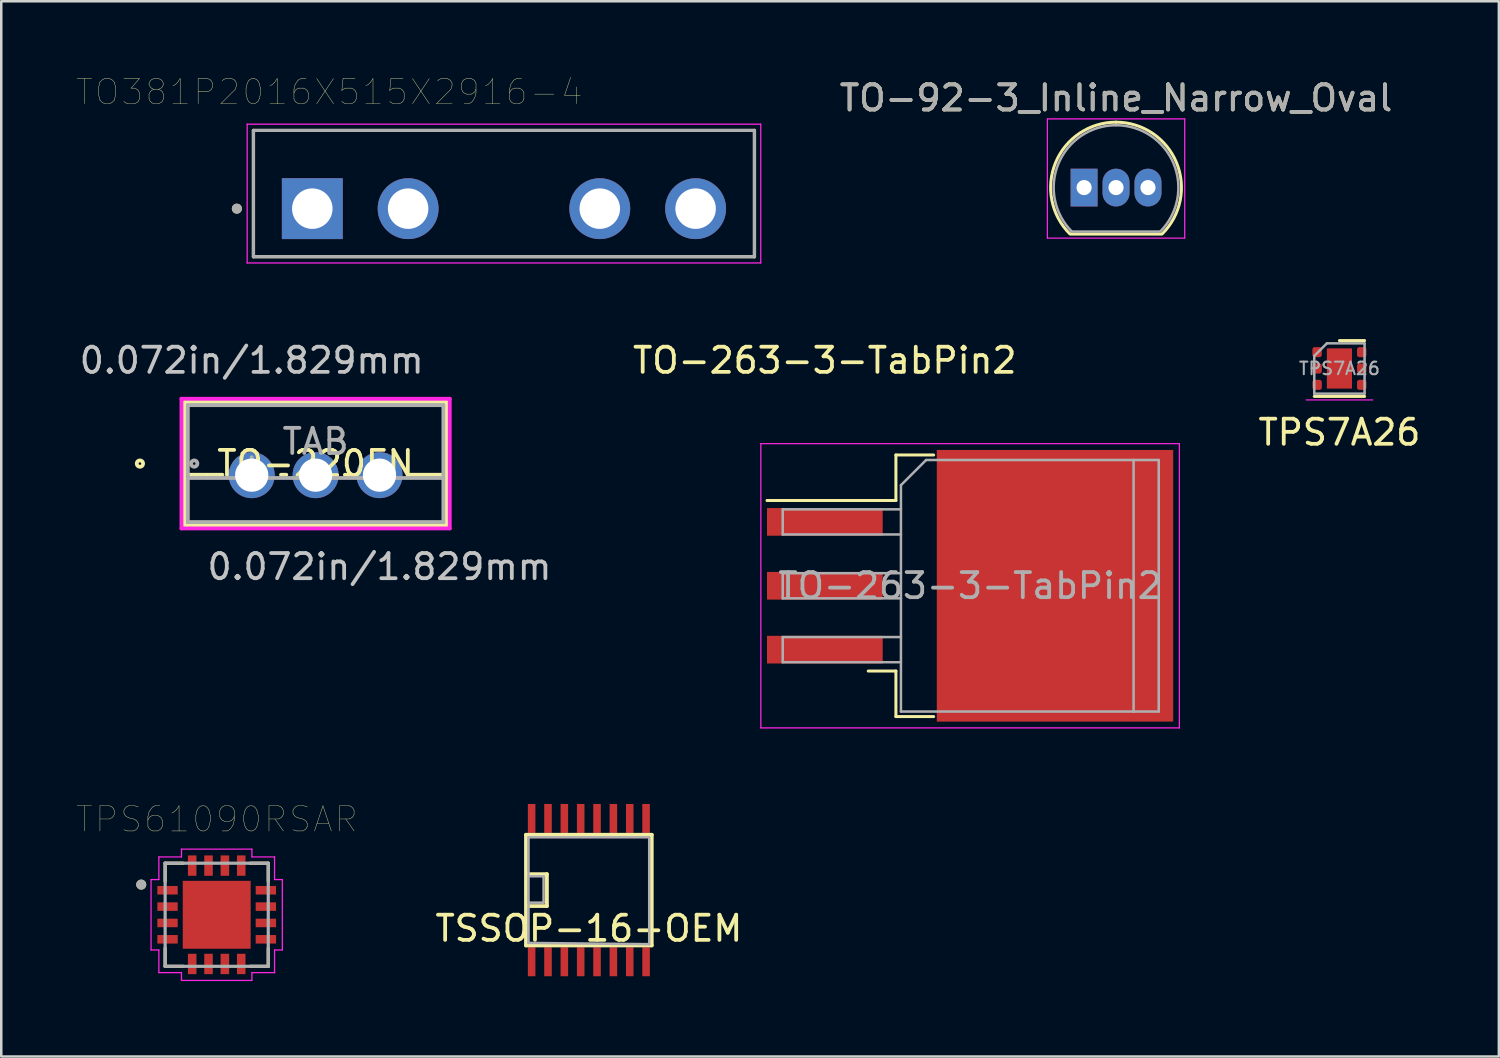
<source format=kicad_pcb>
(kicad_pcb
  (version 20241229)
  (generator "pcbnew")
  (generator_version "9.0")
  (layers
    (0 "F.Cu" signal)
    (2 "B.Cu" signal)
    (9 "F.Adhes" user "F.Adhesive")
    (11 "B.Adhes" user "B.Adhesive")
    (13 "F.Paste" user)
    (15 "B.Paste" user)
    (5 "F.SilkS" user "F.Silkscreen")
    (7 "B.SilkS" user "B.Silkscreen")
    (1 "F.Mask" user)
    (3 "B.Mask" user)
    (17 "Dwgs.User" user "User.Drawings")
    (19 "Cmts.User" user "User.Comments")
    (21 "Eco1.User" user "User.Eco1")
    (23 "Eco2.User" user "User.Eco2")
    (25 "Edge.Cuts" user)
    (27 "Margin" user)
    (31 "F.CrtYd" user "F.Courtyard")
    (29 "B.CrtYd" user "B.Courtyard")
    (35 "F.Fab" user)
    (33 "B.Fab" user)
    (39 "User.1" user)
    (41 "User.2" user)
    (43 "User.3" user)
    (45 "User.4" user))
  (footprint "TO-92-3_Inline_Narrow_Oval"
    (layer "F.Cu")
    (at 40.053 4.408)
    (property "Reference" "TO-92-3_Inline_Narrow_Oval" (at 1.27 -3.56 0) (layer "F.SilkS") (effects (font (size 1 1) (thickness 0.15))))
    (attr through_hole)
    (fp_line (start -0.53 1.85) (end 3.07 1.85) (stroke (width 0.12) (type solid)) (layer "F.SilkS"))
    (fp_arc (start -0.568478 1.838478) (mid -1.132087 -0.994977) (end 1.27 -2.6) (stroke (width 0.12) (type solid)) (layer "F.SilkS"))
    (fp_arc (start 1.27 -2.6) (mid 3.672087 -0.994977) (end 3.108478 1.838478) (stroke (width 0.12) (type solid)) (layer "F.SilkS"))
    (fp_line (start -1.46 -2.73) (end -1.46 2.01) (stroke (width 0.05) (type solid)) (layer "F.CrtYd"))
    (fp_line (start -1.46 -2.73) (end 4 -2.73) (stroke (width 0.05) (type solid)) (layer "F.CrtYd"))
    (fp_line (start 4 2.01) (end -1.46 2.01) (stroke (width 0.05) (type solid)) (layer "F.CrtYd"))
    (fp_line (start 4 2.01) (end 4 -2.73) (stroke (width 0.05) (type solid)) (layer "F.CrtYd"))
    (fp_line (start -0.5 1.75) (end 3 1.75) (stroke (width 0.1) (type solid)) (layer "F.Fab"))
    (fp_arc (start -0.483625 1.753625) (mid -1.021221 -0.949055) (end 1.27 -2.48) (stroke (width 0.1) (type solid)) (layer "F.Fab"))
    (fp_arc (start 1.27 -2.48) (mid 3.561221 -0.949055) (end 3.023625 1.753625) (stroke (width 0.1) (type solid)) (layer "F.Fab"))
    (fp_text user "${REFERENCE}" (at 1.27 -3.56 0) (layer "F.Fab") (effects (font (size 1 1) (thickness 0.15))))
    (pad "1" thru_hole rect (at 0 0 180) (size 1.07 1.5) (drill 0.6) (layers "*.Cu" "*.Mask"))
    (pad "2" thru_hole oval (at 1.27 0 180) (size 1.07 1.5) (drill 0.6) (layers "*.Cu" "*.Mask"))
    (pad "3" thru_hole oval (at 2.54 0 180) (size 1.07 1.5) (drill 0.6) (layers "*.Cu" "*.Mask")))
  (footprint "TPS61090RSAR"
    (layer "F.Cu")
    (at 5.566 33.321)
    (property "Reference" "TPS61090RSAR" (at 0.005 -3.795 0) (layer "F.SilkS") (effects (font (size 1.001 1.001) (thickness 0.015))))
    (attr through_hole)
    (fp_line (start -2.05 -2.05) (end -2.05 -1.33) (stroke (width 0.127) (type solid)) (layer "F.SilkS"))
    (fp_line (start -2.05 1.33) (end -2.05 2.05) (stroke (width 0.127) (type solid)) (layer "F.SilkS"))
    (fp_line (start -2.05 2.05) (end -1.33 2.05) (stroke (width 0.127) (type solid)) (layer "F.SilkS"))
    (fp_line (start -1.33 -2.05) (end -2.05 -2.05) (stroke (width 0.127) (type solid)) (layer "F.SilkS"))
    (fp_line (start 1.33 2.05) (end 2.05 2.05) (stroke (width 0.127) (type solid)) (layer "F.SilkS"))
    (fp_line (start 2.05 -2.05) (end 1.33 -2.05) (stroke (width 0.127) (type solid)) (layer "F.SilkS"))
    (fp_line (start 2.05 -1.33) (end 2.05 -2.05) (stroke (width 0.127) (type solid)) (layer "F.SilkS"))
    (fp_line (start 2.05 2.05) (end 2.05 1.33) (stroke (width 0.127) (type solid)) (layer "F.SilkS"))
    (fp_circle (center -3 -1.2) (end -2.9 -1.2) (stroke (width 0.2) (type solid)) (fill no) (layer "F.SilkS"))
    (fp_poly (pts (xy -0.853 -0.853) (xy 0.853 -0.853) (xy 0.853 0.853) (xy -0.853 0.853)) (stroke (width 0.01) (type solid)) (fill yes) (layer "F.Paste"))
    (fp_line (start -2.61 -1.4) (end -2.3 -1.4) (stroke (width 0.05) (type solid)) (layer "F.CrtYd"))
    (fp_line (start -2.61 1.4) (end -2.61 -1.4) (stroke (width 0.05) (type solid)) (layer "F.CrtYd"))
    (fp_line (start -2.3 -2.3) (end -1.4 -2.3) (stroke (width 0.05) (type solid)) (layer "F.CrtYd"))
    (fp_line (start -2.3 -1.4) (end -2.3 -2.3) (stroke (width 0.05) (type solid)) (layer "F.CrtYd"))
    (fp_line (start -2.3 1.4) (end -2.61 1.4) (stroke (width 0.05) (type solid)) (layer "F.CrtYd"))
    (fp_line (start -2.3 2.3) (end -2.3 1.4) (stroke (width 0.05) (type solid)) (layer "F.CrtYd"))
    (fp_line (start -1.4 -2.61) (end 1.4 -2.61) (stroke (width 0.05) (type solid)) (layer "F.CrtYd"))
    (fp_line (start -1.4 -2.3) (end -1.4 -2.61) (stroke (width 0.05) (type solid)) (layer "F.CrtYd"))
    (fp_line (start -1.4 2.3) (end -2.3 2.3) (stroke (width 0.05) (type solid)) (layer "F.CrtYd"))
    (fp_line (start -1.4 2.61) (end -1.4 2.3) (stroke (width 0.05) (type solid)) (layer "F.CrtYd"))
    (fp_line (start 1.4 -2.61) (end 1.4 -2.3) (stroke (width 0.05) (type solid)) (layer "F.CrtYd"))
    (fp_line (start 1.4 -2.3) (end 2.3 -2.3) (stroke (width 0.05) (type solid)) (layer "F.CrtYd"))
    (fp_line (start 1.4 2.3) (end 1.4 2.61) (stroke (width 0.05) (type solid)) (layer "F.CrtYd"))
    (fp_line (start 1.4 2.61) (end -1.4 2.61) (stroke (width 0.05) (type solid)) (layer "F.CrtYd"))
    (fp_line (start 2.3 -2.3) (end 2.3 -1.4) (stroke (width 0.05) (type solid)) (layer "F.CrtYd"))
    (fp_line (start 2.3 -1.4) (end 2.61 -1.4) (stroke (width 0.05) (type solid)) (layer "F.CrtYd"))
    (fp_line (start 2.3 1.4) (end 2.3 2.3) (stroke (width 0.05) (type solid)) (layer "F.CrtYd"))
    (fp_line (start 2.3 2.3) (end 1.4 2.3) (stroke (width 0.05) (type solid)) (layer "F.CrtYd"))
    (fp_line (start 2.61 -1.4) (end 2.61 1.4) (stroke (width 0.05) (type solid)) (layer "F.CrtYd"))
    (fp_line (start 2.61 1.4) (end 2.3 1.4) (stroke (width 0.05) (type solid)) (layer "F.CrtYd"))
    (fp_line (start -2.05 -2.05) (end -2.05 2.05) (stroke (width 0.127) (type solid)) (layer "F.Fab"))
    (fp_line (start -2.05 2.05) (end 2.05 2.05) (stroke (width 0.127) (type solid)) (layer "F.Fab"))
    (fp_line (start 2.05 -2.05) (end -2.05 -2.05) (stroke (width 0.127) (type solid)) (layer "F.Fab"))
    (fp_line (start 2.05 2.05) (end 2.05 -2.05) (stroke (width 0.127) (type solid)) (layer "F.Fab"))
    (fp_circle (center -3 -1.2) (end -2.9 -1.2) (stroke (width 0.2) (type solid)) (fill no) (layer "F.Fab"))
    (pad "1" smd rect (at -1.955 -0.975) (size 0.81 0.34) (layers "F.Cu" "F.Mask" "F.Paste"))
    (pad "2" smd rect (at -1.955 -0.325) (size 0.81 0.34) (layers "F.Cu" "F.Mask" "F.Paste"))
    (pad "3" smd rect (at -1.955 0.325) (size 0.81 0.34) (layers "F.Cu" "F.Mask" "F.Paste"))
    (pad "4" smd rect (at -1.955 0.975) (size 0.81 0.34) (layers "F.Cu" "F.Mask" "F.Paste"))
    (pad "5" smd rect (at -0.975 1.955) (size 0.34 0.81) (layers "F.Cu" "F.Mask" "F.Paste"))
    (pad "6" smd rect (at -0.325 1.955) (size 0.34 0.81) (layers "F.Cu" "F.Mask" "F.Paste"))
    (pad "7" smd rect (at 0.325 1.955) (size 0.34 0.81) (layers "F.Cu" "F.Mask" "F.Paste"))
    (pad "8" smd rect (at 0.975 1.955) (size 0.34 0.81) (layers "F.Cu" "F.Mask" "F.Paste"))
    (pad "9" smd rect (at 1.955 0.975) (size 0.81 0.34) (layers "F.Cu" "F.Mask" "F.Paste"))
    (pad "10" smd rect (at 1.955 0.325) (size 0.81 0.34) (layers "F.Cu" "F.Mask" "F.Paste"))
    (pad "11" smd rect (at 1.955 -0.325) (size 0.81 0.34) (layers "F.Cu" "F.Mask" "F.Paste"))
    (pad "12" smd rect (at 1.955 -0.975) (size 0.81 0.34) (layers "F.Cu" "F.Mask" "F.Paste"))
    (pad "13" smd rect (at 0.975 -1.955) (size 0.34 0.81) (layers "F.Cu" "F.Mask" "F.Paste"))
    (pad "14" smd rect (at 0.325 -1.955) (size 0.34 0.81) (layers "F.Cu" "F.Mask" "F.Paste"))
    (pad "15" smd rect (at -0.325 -1.955) (size 0.34 0.81) (layers "F.Cu" "F.Mask" "F.Paste"))
    (pad "16" smd rect (at -0.975 -1.955) (size 0.34 0.81) (layers "F.Cu" "F.Mask" "F.Paste"))
    (pad "17" smd rect (at 0 0) (size 2.7 2.7) (layers "F.Cu" "F.Mask")))
  (footprint "TSSOP-16-OEM"
    (layer "F.Cu")
    (at 20.363 32.34)
    (property "Reference" "TSSOP-16-OEM" (at 0 1.524 0) (layer "F.SilkS") (effects (font (size 1 1) (thickness 0.15))))
    (attr smd)
    (fp_line (start -2.5 2.2) (end -2.5 -2.2) (stroke (width 0.15) (type solid)) (layer "F.SilkS"))
    (fp_line (start -2.43 -0.635) (end -1.668 -0.635) (stroke (width 0.15) (type solid)) (layer "F.SilkS"))
    (fp_line (start -1.668 -0.635) (end -1.668 0.635) (stroke (width 0.15) (type solid)) (layer "F.SilkS"))
    (fp_line (start -1.668 0.635) (end -2.43 0.635) (stroke (width 0.15) (type solid)) (layer "F.SilkS"))
    (fp_line (start 2.5 -2.2) (end -2.5 -2.2) (stroke (width 0.15) (type solid)) (layer "F.SilkS"))
    (fp_line (start 2.5 2.2) (end -2.5 2.2) (stroke (width 0.15) (type solid)) (layer "F.SilkS"))
    (fp_line (start 2.5 2.2) (end 2.5 -2.2) (stroke (width 0.15) (type solid)) (layer "F.SilkS"))
    (fp_line (start -2.4 -2.1) (end 2.35 -2.1) (stroke (width 0.1) (type solid)) (layer "F.Fab"))
    (fp_line (start -2.4 2.1) (end -2.4 -2.1) (stroke (width 0.1) (type solid)) (layer "F.Fab"))
    (fp_line (start -2.35 -0.55) (end -1.8 -0.55) (stroke (width 0.1) (type solid)) (layer "F.Fab"))
    (fp_line (start -1.8 -0.55) (end -1.8 0.5) (stroke (width 0.1) (type solid)) (layer "F.Fab"))
    (fp_line (start -1.8 0.5) (end -2.4 0.5) (stroke (width 0.1) (type solid)) (layer "F.Fab"))
    (fp_line (start 2.4 -2.1) (end 2.4 2.15) (stroke (width 0.1) (type solid)) (layer "F.Fab"))
    (fp_line (start 2.4 2.15) (end -2.4 2.1) (stroke (width 0.1) (type solid)) (layer "F.Fab"))
    (pad "1" smd rect (at -2.275 2.85) (size 0.3 1.15) (layers "F.Cu" "F.Mask" "F.Paste"))
    (pad "2" smd rect (at -1.625 2.85) (size 0.3 1.15) (layers "F.Cu" "F.Mask" "F.Paste"))
    (pad "3" smd rect (at -0.975 2.85) (size 0.3 1.15) (layers "F.Cu" "F.Mask" "F.Paste"))
    (pad "4" smd rect (at -0.325 2.85) (size 0.3 1.15) (layers "F.Cu" "F.Mask" "F.Paste"))
    (pad "5" smd rect (at 0.325 2.85) (size 0.3 1.15) (layers "F.Cu" "F.Mask" "F.Paste"))
    (pad "6" smd rect (at 0.975 2.85) (size 0.3 1.15) (layers "F.Cu" "F.Mask" "F.Paste"))
    (pad "7" smd rect (at 1.625 2.85) (size 0.3 1.15) (layers "F.Cu" "F.Mask" "F.Paste"))
    (pad "8" smd rect (at 2.275 2.85) (size 0.3 1.15) (layers "F.Cu" "F.Mask" "F.Paste"))
    (pad "9" smd rect (at 2.275 -2.85) (size 0.3 1.15) (layers "F.Cu" "F.Mask" "F.Paste"))
    (pad "10" smd rect (at 1.625 -2.85) (size 0.3 1.15) (layers "F.Cu" "F.Mask" "F.Paste"))
    (pad "11" smd rect (at 0.975 -2.85) (size 0.3 1.15) (layers "F.Cu" "F.Mask" "F.Paste"))
    (pad "12" smd rect (at 0.325 -2.85) (size 0.3 1.15) (layers "F.Cu" "F.Mask" "F.Paste"))
    (pad "13" smd rect (at -0.325 -2.85) (size 0.3 1.15) (layers "F.Cu" "F.Mask" "F.Paste"))
    (pad "14" smd rect (at -0.975 -2.85) (size 0.3 1.15) (layers "F.Cu" "F.Mask" "F.Paste"))
    (pad "15" smd rect (at -1.625 -2.85) (size 0.3 1.15) (layers "F.Cu" "F.Mask" "F.Paste"))
    (pad "16" smd rect (at -2.275 -2.85) (size 0.3 1.15) (layers "F.Cu" "F.Mask" "F.Paste")))
  (footprint "TO381P2016X515X2916-4"
    (layer "F.Cu")
    (at 9.367 5.246)
    (property "Reference" "TO381P2016X515X2916-4" (at 0.675 -4.635 0) (layer "F.SilkS") (effects (font (size 1 1) (thickness 0.015))))
    (attr through_hole)
    (fp_line (start -2.34 -3.11) (end 17.58 -3.11) (stroke (width 0.127) (type solid)) (layer "F.SilkS"))
    (fp_line (start -2.34 1.91) (end -2.34 -3.11) (stroke (width 0.127) (type solid)) (layer "F.SilkS"))
    (fp_line (start 17.58 -3.11) (end 17.58 1.91) (stroke (width 0.127) (type solid)) (layer "F.SilkS"))
    (fp_line (start 17.58 1.91) (end -2.34 1.91) (stroke (width 0.127) (type solid)) (layer "F.SilkS"))
    (fp_circle (center -3 0) (end -2.9 0) (stroke (width 0.2) (type solid)) (fill no) (layer "F.SilkS"))
    (fp_line (start -2.59 -3.36) (end 17.83 -3.36) (stroke (width 0.05) (type solid)) (layer "F.CrtYd"))
    (fp_line (start -2.59 2.16) (end -2.59 -3.36) (stroke (width 0.05) (type solid)) (layer "F.CrtYd"))
    (fp_line (start 17.83 -3.36) (end 17.83 2.16) (stroke (width 0.05) (type solid)) (layer "F.CrtYd"))
    (fp_line (start 17.83 2.16) (end -2.59 2.16) (stroke (width 0.05) (type solid)) (layer "F.CrtYd"))
    (fp_line (start -2.34 -3.11) (end 17.58 -3.11) (stroke (width 0.127) (type solid)) (layer "F.Fab"))
    (fp_line (start -2.34 1.91) (end -2.34 -3.11) (stroke (width 0.127) (type solid)) (layer "F.Fab"))
    (fp_line (start 17.58 -3.11) (end 17.58 1.91) (stroke (width 0.127) (type solid)) (layer "F.Fab"))
    (fp_line (start 17.58 1.91) (end -2.34 1.91) (stroke (width 0.127) (type solid)) (layer "F.Fab"))
    (fp_circle (center -3 0) (end -2.9 0) (stroke (width 0.2) (type solid)) (fill no) (layer "F.Fab"))
    (pad "1" thru_hole rect (at 0 0) (size 2.42 2.42) (drill 1.61) (layers "*.Cu" "*.Mask"))
    (pad "2" thru_hole circle (at 3.81 0) (size 2.42 2.42) (drill 1.61) (layers "*.Cu" "*.Mask"))
    (pad "3" thru_hole circle (at 11.43 0) (size 2.42 2.42) (drill 1.61) (layers "*.Cu" "*.Mask"))
    (pad "4" thru_hole circle (at 15.24 0) (size 2.42 2.42) (drill 1.61) (layers "*.Cu" "*.Mask")))
  (footprint "TO-263-3-TabPin2"
    (layer "F.Cu")
    (at 37.361 18.4)
    (property "Reference" "TO-263-3-TabPin2" (at -7.62 -7.12 0) (layer "F.SilkS") (effects (font (size 1 1) (thickness 0.15))))
    (attr through_hole)
    (fp_line (start -4.79 -3.36) (end -4.79 -1.55) (stroke (width 0.12) (type solid)) (layer "F.SilkS"))
    (fp_line (start -4.79 -1.55) (end -9.915 -1.55) (stroke (width 0.12) (type solid)) (layer "F.SilkS"))
    (fp_line (start -4.79 5.23) (end -5.89 5.23) (stroke (width 0.12) (type solid)) (layer "F.SilkS"))
    (fp_line (start -4.79 7.04) (end -4.79 5.23) (stroke (width 0.12) (type solid)) (layer "F.SilkS"))
    (fp_line (start -3.29 -3.36) (end -4.79 -3.36) (stroke (width 0.12) (type solid)) (layer "F.SilkS"))
    (fp_line (start -3.29 7.04) (end -4.79 7.04) (stroke (width 0.12) (type solid)) (layer "F.SilkS"))
    (fp_line (start -10.16 -3.81) (end -10.16 7.49) (stroke (width 0.05) (type solid)) (layer "F.CrtYd"))
    (fp_line (start -10.16 7.49) (end 6.48 7.49) (stroke (width 0.05) (type solid)) (layer "F.CrtYd"))
    (fp_line (start 6.48 -3.81) (end -10.16 -3.81) (stroke (width 0.05) (type solid)) (layer "F.CrtYd"))
    (fp_line (start 6.48 7.49) (end 6.48 -3.81) (stroke (width 0.05) (type solid)) (layer "F.CrtYd"))
    (fp_line (start -9.29 -1.2) (end -9.29 -0.2) (stroke (width 0.1) (type solid)) (layer "F.Fab"))
    (fp_line (start -9.29 -0.2) (end -4.59 -0.2) (stroke (width 0.1) (type solid)) (layer "F.Fab"))
    (fp_line (start -9.29 1.34) (end -9.29 2.34) (stroke (width 0.1) (type solid)) (layer "F.Fab"))
    (fp_line (start -9.29 2.34) (end -4.59 2.34) (stroke (width 0.1) (type solid)) (layer "F.Fab"))
    (fp_line (start -9.29 3.88) (end -9.29 4.88) (stroke (width 0.1) (type solid)) (layer "F.Fab"))
    (fp_line (start -9.29 4.88) (end -4.59 4.88) (stroke (width 0.1) (type solid)) (layer "F.Fab"))
    (fp_line (start -4.59 -2.16) (end -3.59 -3.16) (stroke (width 0.1) (type solid)) (layer "F.Fab"))
    (fp_line (start -4.59 -1.2) (end -9.29 -1.2) (stroke (width 0.1) (type solid)) (layer "F.Fab"))
    (fp_line (start -4.59 1.34) (end -9.29 1.34) (stroke (width 0.1) (type solid)) (layer "F.Fab"))
    (fp_line (start -4.59 3.88) (end -9.29 3.88) (stroke (width 0.1) (type solid)) (layer "F.Fab"))
    (fp_line (start -4.59 6.84) (end -4.59 -2.16) (stroke (width 0.1) (type solid)) (layer "F.Fab"))
    (fp_line (start -3.59 -3.16) (end 4.66 -3.16) (stroke (width 0.1) (type solid)) (layer "F.Fab"))
    (fp_line (start 4.66 -3.16) (end 4.66 6.84) (stroke (width 0.1) (type solid)) (layer "F.Fab"))
    (fp_line (start 4.66 -3.16) (end 5.66 -3.16) (stroke (width 0.1) (type solid)) (layer "F.Fab"))
    (fp_line (start 4.66 6.84) (end -4.59 6.84) (stroke (width 0.1) (type solid)) (layer "F.Fab"))
    (fp_line (start 5.66 -3.16) (end 5.66 6.84) (stroke (width 0.1) (type solid)) (layer "F.Fab"))
    (fp_line (start 5.66 6.84) (end 4.66 6.84) (stroke (width 0.1) (type solid)) (layer "F.Fab"))
    (fp_text user "${REFERENCE}" (at -1.84 1.84 0) (layer "F.Fab") (effects (font (size 1 1) (thickness 0.15))))
    (pad "" smd rect (at -0.89 -0.935) (size 4.55 5.25) (layers "F.Paste"))
    (pad "" smd rect (at -0.89 4.615) (size 4.55 5.25) (layers "F.Paste"))
    (pad "" smd rect (at 3.96 -0.935) (size 4.55 5.25) (layers "F.Paste"))
    (pad "" smd rect (at 3.96 4.615) (size 4.55 5.25) (layers "F.Paste"))
    (pad "1" smd rect (at -7.615 -0.7) (size 4.6 1.1) (layers "F.Cu" "F.Mask" "F.Paste"))
    (pad "2" smd rect (at -7.615 1.84) (size 4.6 1.1) (layers "F.Cu" "F.Mask" "F.Paste"))
    (pad "2" smd rect (at 1.535 1.84) (size 9.4 10.8) (layers "F.Cu" "F.Mask"))
    (pad "3" smd rect (at -7.615 4.38) (size 4.6 1.1) (layers "F.Cu" "F.Mask" "F.Paste")))
  (footprint "TO-220FN"
    (layer "F.Cu")
    (at 6.958 15.842)
    (property "Reference" "TO-220FN" (at 2.54 -0.46 0) (layer "F.SilkS") (effects (font (size 1 1) (thickness 0.15))))
    (attr through_hole)
    (fp_line (start -2.667 -2.911) (end -2.667 1.991) (stroke (width 0.152) (type solid)) (layer "F.SilkS"))
    (fp_line (start -2.667 1.991) (end 7.747 1.991) (stroke (width 0.152) (type solid)) (layer "F.SilkS"))
    (fp_line (start -2.54 -0.015) (end -1.165 -0.015) (stroke (width 0.152) (type solid)) (layer "F.SilkS"))
    (fp_line (start 1.165 -0.015) (end 1.375 -0.015) (stroke (width 0.152) (type solid)) (layer "F.SilkS"))
    (fp_line (start 3.705 -0.015) (end 3.915 -0.015) (stroke (width 0.152) (type solid)) (layer "F.SilkS"))
    (fp_line (start 6.245 -0.015) (end 7.62 -0.015) (stroke (width 0.152) (type solid)) (layer "F.SilkS"))
    (fp_line (start 7.747 -2.911) (end -2.667 -2.911) (stroke (width 0.152) (type solid)) (layer "F.SilkS"))
    (fp_line (start 7.747 1.991) (end 7.747 -2.911) (stroke (width 0.152) (type solid)) (layer "F.SilkS"))
    (fp_circle (center -4.445 -0.46) (end -4.318 -0.46) (stroke (width 0.152) (type solid)) (fill no) (layer "F.SilkS"))
    (fp_line (start -2.794 -3.038) (end -2.794 2.118) (stroke (width 0.152) (type solid)) (layer "F.CrtYd"))
    (fp_line (start -2.794 2.118) (end 7.874 2.118) (stroke (width 0.152) (type solid)) (layer "F.CrtYd"))
    (fp_line (start 7.874 -3.038) (end -2.794 -3.038) (stroke (width 0.152) (type solid)) (layer "F.CrtYd"))
    (fp_line (start 7.874 2.118) (end 7.874 -3.038) (stroke (width 0.152) (type solid)) (layer "F.CrtYd"))
    (fp_line (start -2.54 -2.784) (end -2.54 1.864) (stroke (width 0.152) (type solid)) (layer "F.Fab"))
    (fp_line (start -2.54 0.112) (end 7.62 0.112) (stroke (width 0.152) (type solid)) (layer "F.Fab"))
    (fp_line (start -2.54 1.864) (end 7.62 1.864) (stroke (width 0.152) (type solid)) (layer "F.Fab"))
    (fp_line (start -0.254 -0.46) (end 0.254 -0.46) (stroke (width 0.152) (type solid)) (layer "F.Fab"))
    (fp_line (start 0 -0.206) (end 0 -0.714) (stroke (width 0.152) (type solid)) (layer "F.Fab"))
    (fp_line (start 7.62 -2.784) (end -2.54 -2.784) (stroke (width 0.152) (type solid)) (layer "F.Fab"))
    (fp_line (start 7.62 1.864) (end 7.62 -2.784) (stroke (width 0.152) (type solid)) (layer "F.Fab"))
    (fp_circle (center -2.286 -0.46) (end -2.159 -0.46) (stroke (width 0.152) (type solid)) (fill no) (layer "F.Fab"))
    (fp_text user "*" (at 0 0 0) (layer "F.SilkS") (effects (font (size 1 1) (thickness 0.15))))
    (fp_text user "0.072in/1.829mm" (at 0 -4.562 0) (layer "Dwgs.User") (effects (font (size 1 1) (thickness 0.15))))
    (fp_text user "0.072in/1.829mm" (at 5.08 3.642 0) (layer "Dwgs.User") (effects (font (size 1 1) (thickness 0.15))))
    (fp_text user "Copyright 2016 Accelerated Designs. All rights reserved." (at 0 0 0) (layer "Cmts.User") (effects (font (size 0.127 0.127) (thickness 0.002))))
    (fp_text user "TAB" (at 2.54 -1.336 0) (layer "F.Fab") (effects (font (size 1 1) (thickness 0.15))))
    (fp_text user "*" (at 0 0 0) (layer "F.Fab") (effects (font (size 1 1) (thickness 0.15))))
    (pad "1" thru_hole circle (at 0 0) (size 1.829 1.829) (drill 1.321) (layers "*.Cu" "*.Mask"))
    (pad "2" thru_hole circle (at 2.54 0) (size 1.829 1.829) (drill 1.321) (layers "*.Cu" "*.Mask"))
    (pad "3" thru_hole circle (at 5.08 0) (size 1.829 1.829) (drill 1.321) (layers "*.Cu" "*.Mask")))
  (footprint "TPS7A26"
    (layer "F.Cu")
    (at 50.205 14.141)
    (property "Reference" "TPS7A26" (at 0 0 0) (layer "F.SilkS") (effects (font (size 1 1) (thickness 0.15))))
    (attr through_hole)
    (fp_line (start -1 -1.43) (end 1 -1.43) (stroke (width 0.12) (type solid)) (layer "F.SilkS"))
    (fp_line (start 0 -3.65) (end 1 -3.65) (stroke (width 0.12) (type solid)) (layer "F.SilkS"))
    (fp_line (start -1.32 -1.29) (end 1.32 -1.29) (stroke (width 0.05) (type solid)) (layer "F.CrtYd"))
    (fp_line (start -1 -3.04) (end -0.5 -3.54) (stroke (width 0.1) (type solid)) (layer "F.Fab"))
    (fp_line (start -1 -1.54) (end -1 -3.04) (stroke (width 0.1) (type solid)) (layer "F.Fab"))
    (fp_line (start -0.5 -3.54) (end 1 -3.54) (stroke (width 0.1) (type solid)) (layer "F.Fab"))
    (fp_line (start 1 -3.54) (end 1 -1.54) (stroke (width 0.1) (type solid)) (layer "F.Fab"))
    (fp_line (start 1 -1.54) (end -1 -1.54) (stroke (width 0.1) (type solid)) (layer "F.Fab"))
    (fp_text user "${REFERENCE}" (at 0 -2.54 0) (layer "F.Fab") (effects (font (size 0.5 0.5) (thickness 0.08))))
    (pad "" smd roundrect (at 0 -2.94) (size 0.81 0.64) (layers "F.Paste") (roundrect_rratio 0.25))
    (pad "" smd roundrect (at 0 -2.14) (size 0.81 0.64) (layers "F.Paste") (roundrect_rratio 0.25))
    (pad "1" smd roundrect (at -0.887 -3.19) (size 0.375 0.4) (layers "F.Cu" "F.Mask" "F.Paste") (roundrect_rratio 0.25))
    (pad "2" smd roundrect (at -0.887 -2.54) (size 0.375 0.4) (layers "F.Cu" "F.Mask" "F.Paste") (roundrect_rratio 0.25))
    (pad "3" smd roundrect (at -0.887 -1.89) (size 0.375 0.4) (layers "F.Cu" "F.Mask" "F.Paste") (roundrect_rratio 0.25))
    (pad "4" smd roundrect (at 0.887 -1.89) (size 0.375 0.4) (layers "F.Cu" "F.Mask" "F.Paste") (roundrect_rratio 0.25))
    (pad "5" smd roundrect (at 0.887 -2.54) (size 0.375 0.4) (layers "F.Cu" "F.Mask" "F.Paste") (roundrect_rratio 0.25))
    (pad "6" smd roundrect (at 0.887 -3.19) (size 0.375 0.4) (layers "F.Cu" "F.Mask" "F.Paste") (roundrect_rratio 0.25))
    (pad "7" smd rect (at 0 -2.54) (size 1 1.6) (layers "F.Cu" "F.Mask")))
  (gr_rect
    (start -3 -3)
    (end 56.544 38.956)
    (stroke (width 0.1) (type default))
    (fill no)
    (layer "Edge.Cuts")))
</source>
